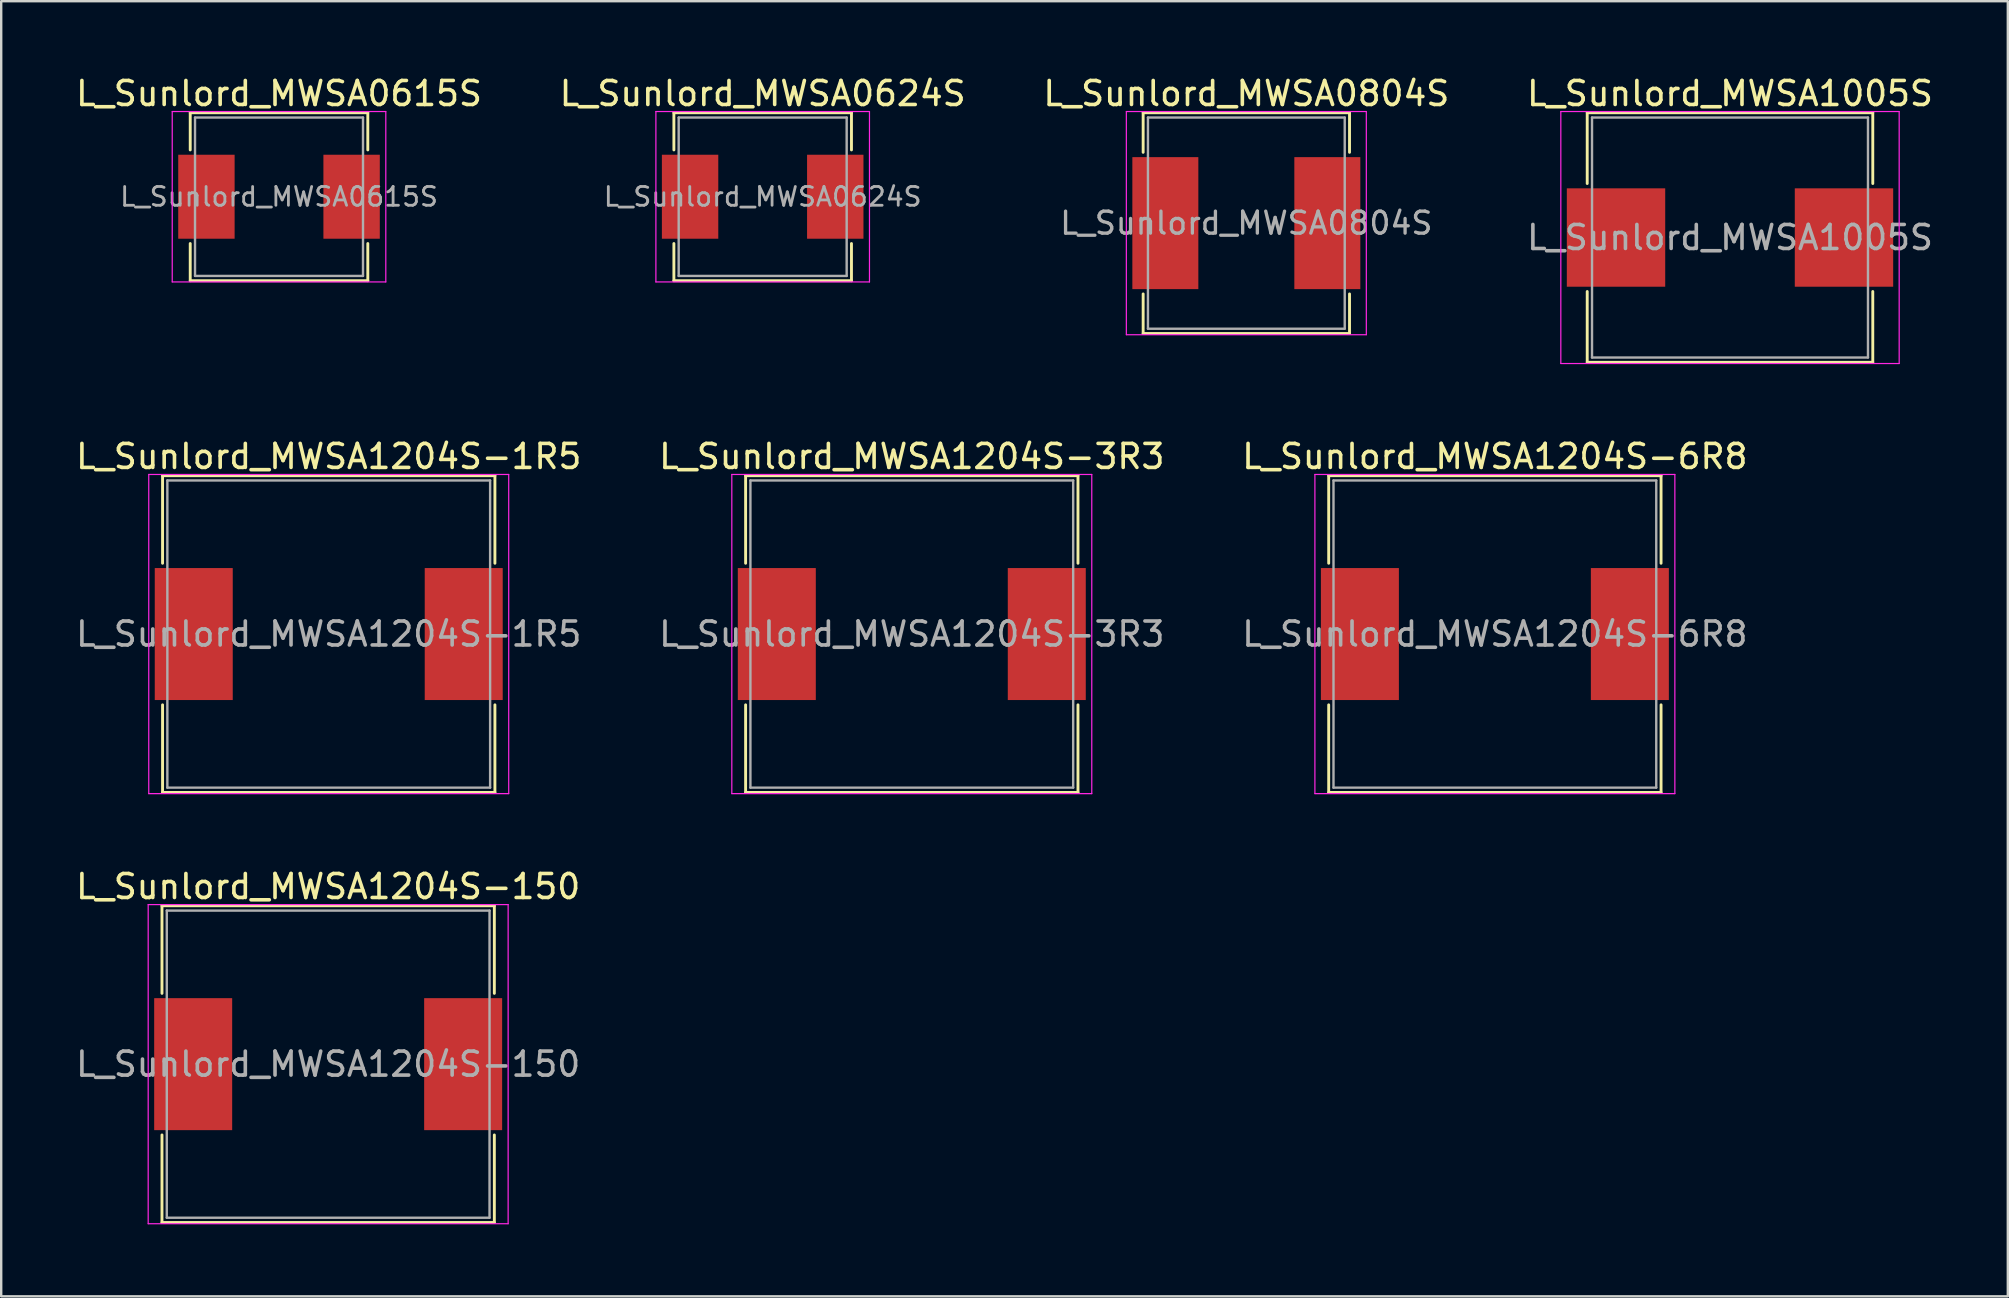
<source format=kicad_pcb>
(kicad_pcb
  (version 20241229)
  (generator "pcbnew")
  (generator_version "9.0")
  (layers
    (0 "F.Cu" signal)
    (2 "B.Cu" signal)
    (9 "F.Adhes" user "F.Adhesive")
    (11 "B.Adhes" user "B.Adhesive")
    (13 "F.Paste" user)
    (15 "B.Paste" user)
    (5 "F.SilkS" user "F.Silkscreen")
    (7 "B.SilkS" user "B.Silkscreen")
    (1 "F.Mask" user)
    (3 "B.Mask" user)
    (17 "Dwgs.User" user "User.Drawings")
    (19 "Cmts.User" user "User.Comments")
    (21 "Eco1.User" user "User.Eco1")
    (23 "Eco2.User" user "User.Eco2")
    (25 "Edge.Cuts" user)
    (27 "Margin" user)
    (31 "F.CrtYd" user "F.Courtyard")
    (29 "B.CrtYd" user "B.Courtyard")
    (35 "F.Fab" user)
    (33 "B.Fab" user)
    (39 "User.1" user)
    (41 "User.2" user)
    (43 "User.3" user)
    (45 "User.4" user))
  (footprint "L_Sunlord_MWSA1005S"
    (layer "F.Cu")
    (at 69.042 6.848)
    (property "Reference" "L_Sunlord_MWSA1005S" (at 0 -6 0) (layer "F.SilkS") (effects (font (size 1 1) (thickness 0.15))))
    (attr smd)
    (fp_line (start -5.95 -5.2) (end -5.95 -2.25) (stroke (width 0.12) (type solid)) (layer "F.SilkS"))
    (fp_line (start -5.95 -5.2) (end 5.95 -5.2) (stroke (width 0.12) (type solid)) (layer "F.SilkS"))
    (fp_line (start -5.95 5.2) (end -5.95 2.25) (stroke (width 0.12) (type solid)) (layer "F.SilkS"))
    (fp_line (start -5.95 5.2) (end 5.95 5.2) (stroke (width 0.12) (type solid)) (layer "F.SilkS"))
    (fp_line (start 5.95 -5.2) (end 5.95 -2.25) (stroke (width 0.12) (type solid)) (layer "F.SilkS"))
    (fp_line (start 5.95 5.2) (end 5.95 2.25) (stroke (width 0.12) (type solid)) (layer "F.SilkS"))
    (fp_line (start -7.05 -5.25) (end -7.05 5.25) (stroke (width 0.05) (type solid)) (layer "F.CrtYd"))
    (fp_line (start -7.05 5.25) (end 7.05 5.25) (stroke (width 0.05) (type solid)) (layer "F.CrtYd"))
    (fp_line (start 7.05 -5.25) (end -7.05 -5.25) (stroke (width 0.05) (type solid)) (layer "F.CrtYd"))
    (fp_line (start 7.05 5.25) (end 7.05 -5.25) (stroke (width 0.05) (type solid)) (layer "F.CrtYd"))
    (fp_line (start -5.75 -5) (end -5.75 5) (stroke (width 0.1) (type solid)) (layer "F.Fab"))
    (fp_line (start -5.75 5) (end 5.75 5) (stroke (width 0.1) (type solid)) (layer "F.Fab"))
    (fp_line (start 5.75 -5) (end -5.75 -5) (stroke (width 0.1) (type solid)) (layer "F.Fab"))
    (fp_line (start 5.75 5) (end 5.75 -5) (stroke (width 0.1) (type solid)) (layer "F.Fab"))
    (fp_text user "${REFERENCE}" (at 0 0 0) (layer "F.Fab") (effects (font (size 1 1) (thickness 0.15))))
    (pad "1" smd rect (at -4.75 0) (size 4.1 4.1) (layers "F.Cu" "F.Mask" "F.Paste"))
    (pad "2" smd rect (at 4.75 0) (size 4.1 4.1) (layers "F.Cu" "F.Mask" "F.Paste")))
  (footprint "L_Sunlord_MWSA1204S-6R8"
    (layer "F.Cu")
    (at 59.244 23.372)
    (property "Reference" "L_Sunlord_MWSA1204S-6R8" (at 0 -7.4 0) (layer "F.SilkS") (effects (font (size 1 1) (thickness 0.15))))
    (attr smd)
    (fp_line (start -6.925 -6.6) (end -6.925 -2.95) (stroke (width 0.12) (type solid)) (layer "F.SilkS"))
    (fp_line (start -6.925 -6.6) (end 6.925 -6.6) (stroke (width 0.12) (type solid)) (layer "F.SilkS"))
    (fp_line (start -6.925 6.6) (end -6.925 2.95) (stroke (width 0.12) (type solid)) (layer "F.SilkS"))
    (fp_line (start -6.925 6.6) (end 6.925 6.6) (stroke (width 0.12) (type solid)) (layer "F.SilkS"))
    (fp_line (start 6.925 -6.6) (end 6.925 -2.95) (stroke (width 0.12) (type solid)) (layer "F.SilkS"))
    (fp_line (start 6.925 6.6) (end 6.925 2.95) (stroke (width 0.12) (type solid)) (layer "F.SilkS"))
    (fp_line (start -7.5 -6.65) (end -7.5 6.65) (stroke (width 0.05) (type solid)) (layer "F.CrtYd"))
    (fp_line (start -7.5 6.65) (end 7.5 6.65) (stroke (width 0.05) (type solid)) (layer "F.CrtYd"))
    (fp_line (start 7.5 -6.65) (end -7.5 -6.65) (stroke (width 0.05) (type solid)) (layer "F.CrtYd"))
    (fp_line (start 7.5 6.65) (end 7.5 -6.65) (stroke (width 0.05) (type solid)) (layer "F.CrtYd"))
    (fp_line (start -6.725 -6.4) (end -6.725 6.4) (stroke (width 0.1) (type solid)) (layer "F.Fab"))
    (fp_line (start -6.725 6.4) (end 6.725 6.4) (stroke (width 0.1) (type solid)) (layer "F.Fab"))
    (fp_line (start 6.725 -6.4) (end -6.725 -6.4) (stroke (width 0.1) (type solid)) (layer "F.Fab"))
    (fp_line (start 6.725 6.4) (end 6.725 -6.4) (stroke (width 0.1) (type solid)) (layer "F.Fab"))
    (fp_text user "${REFERENCE}" (at 0 0 0) (layer "F.Fab") (effects (font (size 1 1) (thickness 0.15))))
    (pad "1" smd rect (at -5.625 0) (size 3.25 5.5) (layers "F.Cu" "F.Mask" "F.Paste"))
    (pad "2" smd rect (at 5.625 0) (size 3.25 5.5) (layers "F.Cu" "F.Mask" "F.Paste")))
  (footprint "L_Sunlord_MWSA0624S"
    (layer "F.Cu")
    (at 28.732 5.148)
    (property "Reference" "L_Sunlord_MWSA0624S" (at 0 -4.3 0) (layer "F.SilkS") (effects (font (size 1 1) (thickness 0.15))))
    (attr smd)
    (fp_line (start -3.7 -3.5) (end -3.7 -1.95) (stroke (width 0.12) (type solid)) (layer "F.SilkS"))
    (fp_line (start -3.7 -3.5) (end 3.7 -3.5) (stroke (width 0.12) (type solid)) (layer "F.SilkS"))
    (fp_line (start -3.7 3.5) (end -3.7 1.95) (stroke (width 0.12) (type solid)) (layer "F.SilkS"))
    (fp_line (start -3.7 3.5) (end 3.7 3.5) (stroke (width 0.12) (type solid)) (layer "F.SilkS"))
    (fp_line (start 3.7 -3.5) (end 3.7 -1.95) (stroke (width 0.12) (type solid)) (layer "F.SilkS"))
    (fp_line (start 3.7 3.5) (end 3.7 1.95) (stroke (width 0.12) (type solid)) (layer "F.SilkS"))
    (fp_line (start -4.45 -3.55) (end -4.45 3.55) (stroke (width 0.05) (type solid)) (layer "F.CrtYd"))
    (fp_line (start -4.45 3.55) (end 4.45 3.55) (stroke (width 0.05) (type solid)) (layer "F.CrtYd"))
    (fp_line (start 4.45 -3.55) (end -4.45 -3.55) (stroke (width 0.05) (type solid)) (layer "F.CrtYd"))
    (fp_line (start 4.45 3.55) (end 4.45 -3.55) (stroke (width 0.05) (type solid)) (layer "F.CrtYd"))
    (fp_line (start -3.5 -3.3) (end -3.5 3.3) (stroke (width 0.1) (type solid)) (layer "F.Fab"))
    (fp_line (start -3.5 3.3) (end 3.5 3.3) (stroke (width 0.1) (type solid)) (layer "F.Fab"))
    (fp_line (start 3.5 -3.3) (end -3.5 -3.3) (stroke (width 0.1) (type solid)) (layer "F.Fab"))
    (fp_line (start 3.5 3.3) (end 3.5 -3.3) (stroke (width 0.1) (type solid)) (layer "F.Fab"))
    (fp_text user "${REFERENCE}" (at 0 0 0) (layer "F.Fab") (effects (font (size 0.783 0.783) (thickness 0.117))))
    (pad "1" smd rect (at -3.025 0) (size 2.35 3.5) (layers "F.Cu" "F.Mask" "F.Paste"))
    (pad "2" smd rect (at 3.025 0) (size 2.35 3.5) (layers "F.Cu" "F.Mask" "F.Paste")))
  (footprint "L_Sunlord_MWSA0804S"
    (layer "F.Cu")
    (at 48.887 6.248)
    (property "Reference" "L_Sunlord_MWSA0804S" (at 0 -5.4 0) (layer "F.SilkS") (effects (font (size 1 1) (thickness 0.15))))
    (attr smd)
    (fp_line (start -4.3 -4.6) (end -4.3 -2.95) (stroke (width 0.12) (type solid)) (layer "F.SilkS"))
    (fp_line (start -4.3 -4.6) (end 4.3 -4.6) (stroke (width 0.12) (type solid)) (layer "F.SilkS"))
    (fp_line (start -4.3 4.6) (end -4.3 2.95) (stroke (width 0.12) (type solid)) (layer "F.SilkS"))
    (fp_line (start -4.3 4.6) (end 4.3 4.6) (stroke (width 0.12) (type solid)) (layer "F.SilkS"))
    (fp_line (start 4.3 -4.6) (end 4.3 -2.95) (stroke (width 0.12) (type solid)) (layer "F.SilkS"))
    (fp_line (start 4.3 4.6) (end 4.3 2.95) (stroke (width 0.12) (type solid)) (layer "F.SilkS"))
    (fp_line (start -5 -4.65) (end -5 4.65) (stroke (width 0.05) (type solid)) (layer "F.CrtYd"))
    (fp_line (start -5 4.65) (end 5 4.65) (stroke (width 0.05) (type solid)) (layer "F.CrtYd"))
    (fp_line (start 5 -4.65) (end -5 -4.65) (stroke (width 0.05) (type solid)) (layer "F.CrtYd"))
    (fp_line (start 5 4.65) (end 5 -4.65) (stroke (width 0.05) (type solid)) (layer "F.CrtYd"))
    (fp_line (start -4.1 -4.4) (end -4.1 4.4) (stroke (width 0.1) (type solid)) (layer "F.Fab"))
    (fp_line (start -4.1 4.4) (end 4.1 4.4) (stroke (width 0.1) (type solid)) (layer "F.Fab"))
    (fp_line (start 4.1 -4.4) (end -4.1 -4.4) (stroke (width 0.1) (type solid)) (layer "F.Fab"))
    (fp_line (start 4.1 4.4) (end 4.1 -4.4) (stroke (width 0.1) (type solid)) (layer "F.Fab"))
    (fp_text user "${REFERENCE}" (at 0 0 0) (layer "F.Fab") (effects (font (size 0.917 0.917) (thickness 0.138))))
    (pad "1" smd rect (at -3.375 0) (size 2.75 5.5) (layers "F.Cu" "F.Mask" "F.Paste"))
    (pad "2" smd rect (at 3.375 0) (size 2.75 5.5) (layers "F.Cu" "F.Mask" "F.Paste")))
  (footprint "L_Sunlord_MWSA0615S"
    (layer "F.Cu")
    (at 8.577 5.148)
    (property "Reference" "L_Sunlord_MWSA0615S" (at 0 -4.3 0) (layer "F.SilkS") (effects (font (size 1 1) (thickness 0.15))))
    (attr smd)
    (fp_line (start -3.7 -3.5) (end -3.7 -1.95) (stroke (width 0.12) (type solid)) (layer "F.SilkS"))
    (fp_line (start -3.7 -3.5) (end 3.7 -3.5) (stroke (width 0.12) (type solid)) (layer "F.SilkS"))
    (fp_line (start -3.7 3.5) (end -3.7 1.95) (stroke (width 0.12) (type solid)) (layer "F.SilkS"))
    (fp_line (start -3.7 3.5) (end 3.7 3.5) (stroke (width 0.12) (type solid)) (layer "F.SilkS"))
    (fp_line (start 3.7 -3.5) (end 3.7 -1.95) (stroke (width 0.12) (type solid)) (layer "F.SilkS"))
    (fp_line (start 3.7 3.5) (end 3.7 1.95) (stroke (width 0.12) (type solid)) (layer "F.SilkS"))
    (fp_line (start -4.45 -3.55) (end -4.45 3.55) (stroke (width 0.05) (type solid)) (layer "F.CrtYd"))
    (fp_line (start -4.45 3.55) (end 4.45 3.55) (stroke (width 0.05) (type solid)) (layer "F.CrtYd"))
    (fp_line (start 4.45 -3.55) (end -4.45 -3.55) (stroke (width 0.05) (type solid)) (layer "F.CrtYd"))
    (fp_line (start 4.45 3.55) (end 4.45 -3.55) (stroke (width 0.05) (type solid)) (layer "F.CrtYd"))
    (fp_line (start -3.5 -3.3) (end -3.5 3.3) (stroke (width 0.1) (type solid)) (layer "F.Fab"))
    (fp_line (start -3.5 3.3) (end 3.5 3.3) (stroke (width 0.1) (type solid)) (layer "F.Fab"))
    (fp_line (start 3.5 -3.3) (end -3.5 -3.3) (stroke (width 0.1) (type solid)) (layer "F.Fab"))
    (fp_line (start 3.5 3.3) (end 3.5 -3.3) (stroke (width 0.1) (type solid)) (layer "F.Fab"))
    (fp_text user "${REFERENCE}" (at 0 0 0) (layer "F.Fab") (effects (font (size 0.783 0.783) (thickness 0.117))))
    (pad "1" smd rect (at -3.025 0) (size 2.35 3.5) (layers "F.Cu" "F.Mask" "F.Paste"))
    (pad "2" smd rect (at 3.025 0) (size 2.35 3.5) (layers "F.Cu" "F.Mask" "F.Paste")))
  (footprint "L_Sunlord_MWSA1204S-3R3"
    (layer "F.Cu")
    (at 34.946 23.372)
    (property "Reference" "L_Sunlord_MWSA1204S-3R3" (at 0 -7.4 0) (layer "F.SilkS") (effects (font (size 1 1) (thickness 0.15))))
    (attr smd)
    (fp_line (start -6.925 -6.6) (end -6.925 -2.95) (stroke (width 0.12) (type solid)) (layer "F.SilkS"))
    (fp_line (start -6.925 -6.6) (end 6.925 -6.6) (stroke (width 0.12) (type solid)) (layer "F.SilkS"))
    (fp_line (start -6.925 6.6) (end -6.925 2.95) (stroke (width 0.12) (type solid)) (layer "F.SilkS"))
    (fp_line (start -6.925 6.6) (end 6.925 6.6) (stroke (width 0.12) (type solid)) (layer "F.SilkS"))
    (fp_line (start 6.925 -6.6) (end 6.925 -2.95) (stroke (width 0.12) (type solid)) (layer "F.SilkS"))
    (fp_line (start 6.925 6.6) (end 6.925 2.95) (stroke (width 0.12) (type solid)) (layer "F.SilkS"))
    (fp_line (start -7.5 -6.65) (end -7.5 6.65) (stroke (width 0.05) (type solid)) (layer "F.CrtYd"))
    (fp_line (start -7.5 6.65) (end 7.5 6.65) (stroke (width 0.05) (type solid)) (layer "F.CrtYd"))
    (fp_line (start 7.5 -6.65) (end -7.5 -6.65) (stroke (width 0.05) (type solid)) (layer "F.CrtYd"))
    (fp_line (start 7.5 6.65) (end 7.5 -6.65) (stroke (width 0.05) (type solid)) (layer "F.CrtYd"))
    (fp_line (start -6.725 -6.4) (end -6.725 6.4) (stroke (width 0.1) (type solid)) (layer "F.Fab"))
    (fp_line (start -6.725 6.4) (end 6.725 6.4) (stroke (width 0.1) (type solid)) (layer "F.Fab"))
    (fp_line (start 6.725 -6.4) (end -6.725 -6.4) (stroke (width 0.1) (type solid)) (layer "F.Fab"))
    (fp_line (start 6.725 6.4) (end 6.725 -6.4) (stroke (width 0.1) (type solid)) (layer "F.Fab"))
    (fp_text user "${REFERENCE}" (at 0 0 0) (layer "F.Fab") (effects (font (size 1 1) (thickness 0.15))))
    (pad "1" smd rect (at -5.625 0) (size 3.25 5.5) (layers "F.Cu" "F.Mask" "F.Paste"))
    (pad "2" smd rect (at 5.625 0) (size 3.25 5.5) (layers "F.Cu" "F.Mask" "F.Paste")))
  (footprint "L_Sunlord_MWSA1204S-150"
    (layer "F.Cu")
    (at 10.625 41.295)
    (property "Reference" "L_Sunlord_MWSA1204S-150" (at 0 -7.4 0) (layer "F.SilkS") (effects (font (size 1 1) (thickness 0.15))))
    (attr smd)
    (fp_line (start -6.925 -6.6) (end -6.925 -2.95) (stroke (width 0.12) (type solid)) (layer "F.SilkS"))
    (fp_line (start -6.925 -6.6) (end 6.925 -6.6) (stroke (width 0.12) (type solid)) (layer "F.SilkS"))
    (fp_line (start -6.925 6.6) (end -6.925 2.95) (stroke (width 0.12) (type solid)) (layer "F.SilkS"))
    (fp_line (start -6.925 6.6) (end 6.925 6.6) (stroke (width 0.12) (type solid)) (layer "F.SilkS"))
    (fp_line (start 6.925 -6.6) (end 6.925 -2.95) (stroke (width 0.12) (type solid)) (layer "F.SilkS"))
    (fp_line (start 6.925 6.6) (end 6.925 2.95) (stroke (width 0.12) (type solid)) (layer "F.SilkS"))
    (fp_line (start -7.5 -6.65) (end -7.5 6.65) (stroke (width 0.05) (type solid)) (layer "F.CrtYd"))
    (fp_line (start -7.5 6.65) (end 7.5 6.65) (stroke (width 0.05) (type solid)) (layer "F.CrtYd"))
    (fp_line (start 7.5 -6.65) (end -7.5 -6.65) (stroke (width 0.05) (type solid)) (layer "F.CrtYd"))
    (fp_line (start 7.5 6.65) (end 7.5 -6.65) (stroke (width 0.05) (type solid)) (layer "F.CrtYd"))
    (fp_line (start -6.725 -6.4) (end -6.725 6.4) (stroke (width 0.1) (type solid)) (layer "F.Fab"))
    (fp_line (start -6.725 6.4) (end 6.725 6.4) (stroke (width 0.1) (type solid)) (layer "F.Fab"))
    (fp_line (start 6.725 -6.4) (end -6.725 -6.4) (stroke (width 0.1) (type solid)) (layer "F.Fab"))
    (fp_line (start 6.725 6.4) (end 6.725 -6.4) (stroke (width 0.1) (type solid)) (layer "F.Fab"))
    (fp_text user "${REFERENCE}" (at 0 0 0) (layer "F.Fab") (effects (font (size 1 1) (thickness 0.15))))
    (pad "1" smd rect (at -5.625 0) (size 3.25 5.5) (layers "F.Cu" "F.Mask" "F.Paste"))
    (pad "2" smd rect (at 5.625 0) (size 3.25 5.5) (layers "F.Cu" "F.Mask" "F.Paste")))
  (footprint "L_Sunlord_MWSA1204S-1R5"
    (layer "F.Cu")
    (at 10.649 23.372)
    (property "Reference" "L_Sunlord_MWSA1204S-1R5" (at 0 -7.4 0) (layer "F.SilkS") (effects (font (size 1 1) (thickness 0.15))))
    (attr smd)
    (fp_line (start -6.925 -6.6) (end -6.925 -2.95) (stroke (width 0.12) (type solid)) (layer "F.SilkS"))
    (fp_line (start -6.925 -6.6) (end 6.925 -6.6) (stroke (width 0.12) (type solid)) (layer "F.SilkS"))
    (fp_line (start -6.925 6.6) (end -6.925 2.95) (stroke (width 0.12) (type solid)) (layer "F.SilkS"))
    (fp_line (start -6.925 6.6) (end 6.925 6.6) (stroke (width 0.12) (type solid)) (layer "F.SilkS"))
    (fp_line (start 6.925 -6.6) (end 6.925 -2.95) (stroke (width 0.12) (type solid)) (layer "F.SilkS"))
    (fp_line (start 6.925 6.6) (end 6.925 2.95) (stroke (width 0.12) (type solid)) (layer "F.SilkS"))
    (fp_line (start -7.5 -6.65) (end -7.5 6.65) (stroke (width 0.05) (type solid)) (layer "F.CrtYd"))
    (fp_line (start -7.5 6.65) (end 7.5 6.65) (stroke (width 0.05) (type solid)) (layer "F.CrtYd"))
    (fp_line (start 7.5 -6.65) (end -7.5 -6.65) (stroke (width 0.05) (type solid)) (layer "F.CrtYd"))
    (fp_line (start 7.5 6.65) (end 7.5 -6.65) (stroke (width 0.05) (type solid)) (layer "F.CrtYd"))
    (fp_line (start -6.725 -6.4) (end -6.725 6.4) (stroke (width 0.1) (type solid)) (layer "F.Fab"))
    (fp_line (start -6.725 6.4) (end 6.725 6.4) (stroke (width 0.1) (type solid)) (layer "F.Fab"))
    (fp_line (start 6.725 -6.4) (end -6.725 -6.4) (stroke (width 0.1) (type solid)) (layer "F.Fab"))
    (fp_line (start 6.725 6.4) (end 6.725 -6.4) (stroke (width 0.1) (type solid)) (layer "F.Fab"))
    (fp_text user "${REFERENCE}" (at 0 0 0) (layer "F.Fab") (effects (font (size 1 1) (thickness 0.15))))
    (pad "1" smd rect (at -5.625 0) (size 3.25 5.5) (layers "F.Cu" "F.Mask" "F.Paste"))
    (pad "2" smd rect (at 5.625 0) (size 3.25 5.5) (layers "F.Cu" "F.Mask" "F.Paste")))
  (gr_rect
    (start -3 -3)
    (end 80.619 50.97)
    (stroke (width 0.1) (type default))
    (fill no)
    (layer "Edge.Cuts")))
</source>
